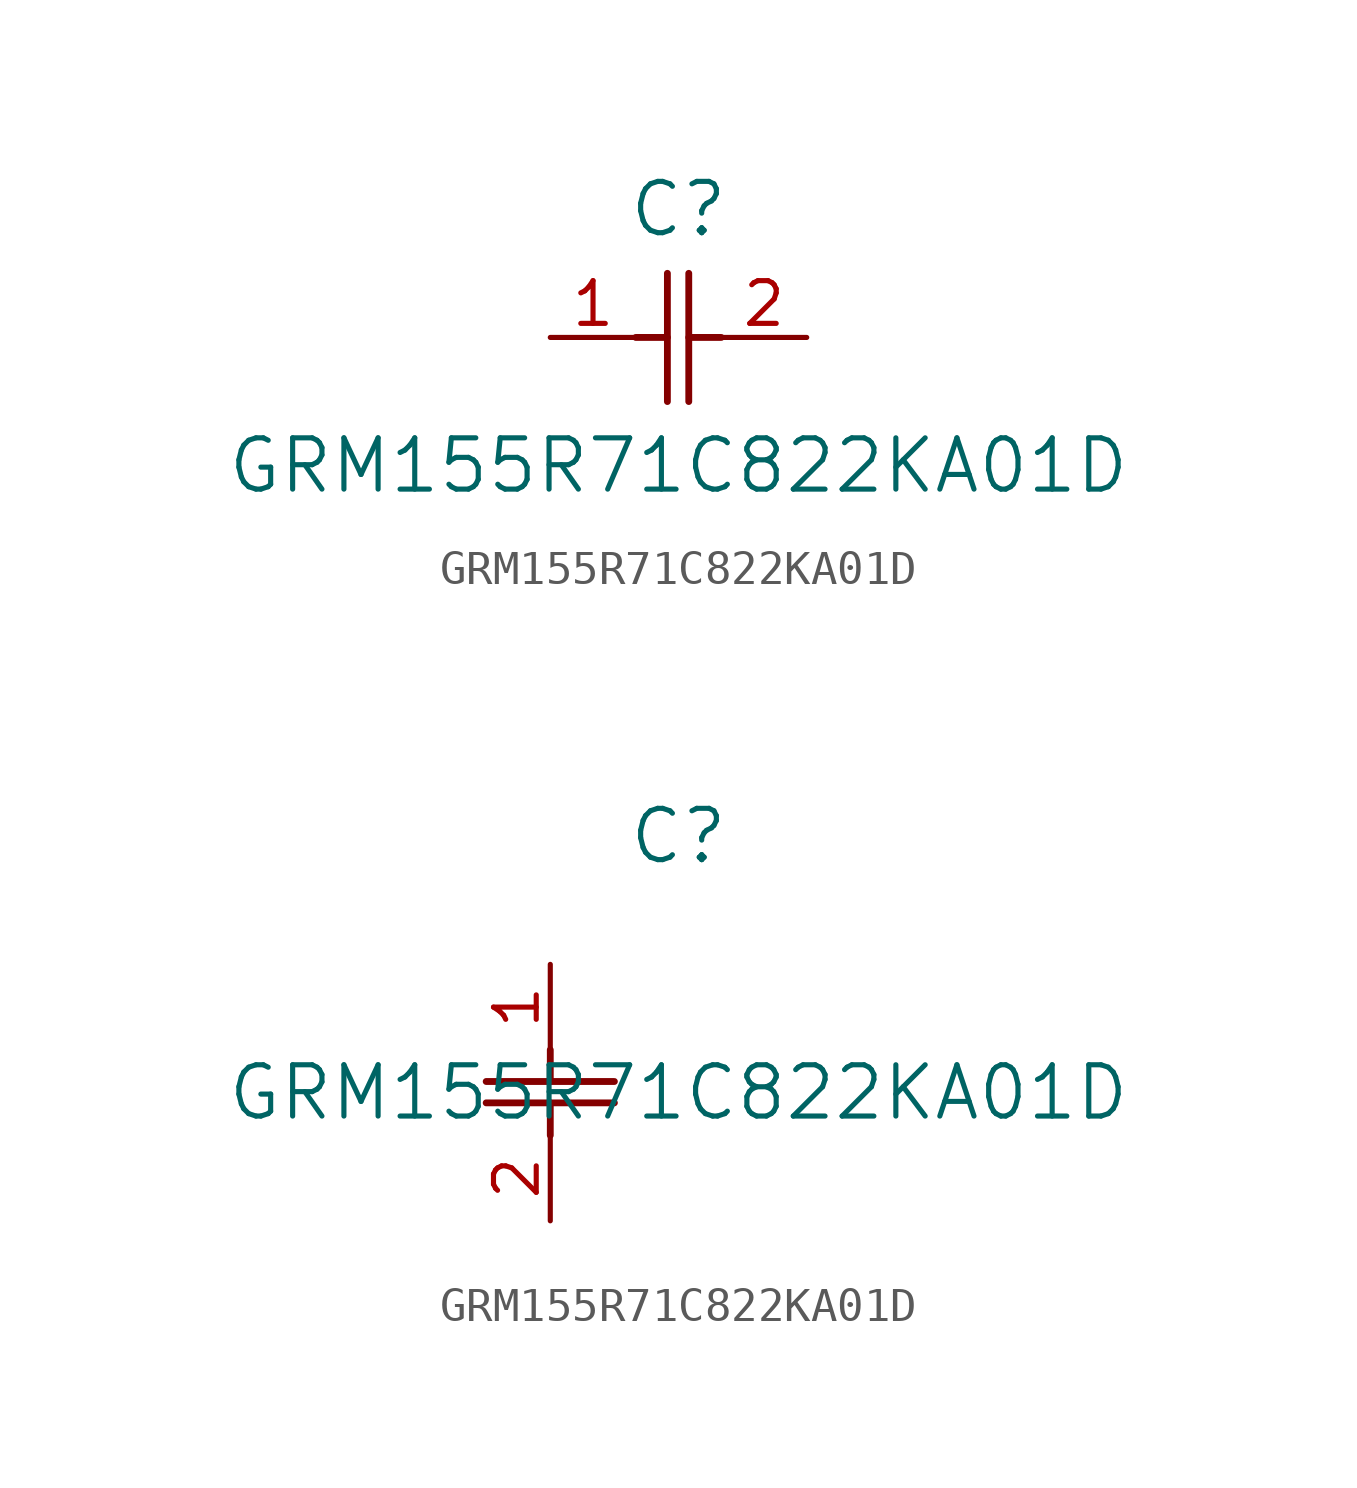
<source format=kicad_sym>
(kicad_symbol_lib
  (version 20211014)
  (generator kicad_symbol_editor)
  (symbol "GRM155R71C822KA01D"
    (pin_names
      (offset 0.254))
    (property "Reference" "C"
      (at 3.81 3.81 0)
      (effects (font (size 1.524 1.524))))
    (property "Value" "GRM155R71C822KA01D"
      (at 3.81 -3.81 0)
      (effects (font (size 1.524 1.524))))
    (symbol "GRM155R71C822KA01D_1_1"
      (polyline (pts (xy 3.48 -1.905) (xy 3.48 1.905)) (stroke (width 0.203) (type default) (color 0 0 0 0)) (fill (type none)))
      (polyline (pts (xy 4.115 -1.905) (xy 4.115 1.905)) (stroke (width 0.203) (type default) (color 0 0 0 0)) (fill (type none)))
      (polyline (pts (xy 4.115 0) (xy 5.08 0)) (stroke (width 0.203) (type default) (color 0 0 0 0)) (fill (type none)))
      (polyline (pts (xy 2.54 0) (xy 3.48 0)) (stroke (width 0.203) (type default) (color 0 0 0 0)) (fill (type none)))
      (pin unspecified line (at 0 0 0) (length 2.54) (name "" (effects (font (size 1.27 1.27)))) (number "1" (effects (font (size 1.27 1.27)))))
      (pin unspecified line (at 7.62 0 180) (length 2.54) (name "" (effects (font (size 1.27 1.27)))) (number "2" (effects (font (size 1.27 1.27))))))
    (symbol "GRM155R71C822KA01D_1_2"
      (polyline (pts (xy -1.905 -3.48) (xy 1.905 -3.48)) (stroke (width 0.203) (type default) (color 0 0 0 0)) (fill (type none)))
      (polyline (pts (xy -1.905 -4.115) (xy 1.905 -4.115)) (stroke (width 0.203) (type default) (color 0 0 0 0)) (fill (type none)))
      (polyline (pts (xy 0 -4.115) (xy 0 -5.08)) (stroke (width 0.203) (type default) (color 0 0 0 0)) (fill (type none)))
      (polyline (pts (xy 0 -2.54) (xy 0 -3.48)) (stroke (width 0.203) (type default) (color 0 0 0 0)) (fill (type none)))
      (pin unspecified line (at 0 0 270) (length 2.54) (name "" (effects (font (size 1.27 1.27)))) (number "1" (effects (font (size 1.27 1.27)))))
      (pin unspecified line (at 0 -7.62 90) (length 2.54) (name "" (effects (font (size 1.27 1.27)))) (number "2" (effects (font (size 1.27 1.27))))))))
</source>
